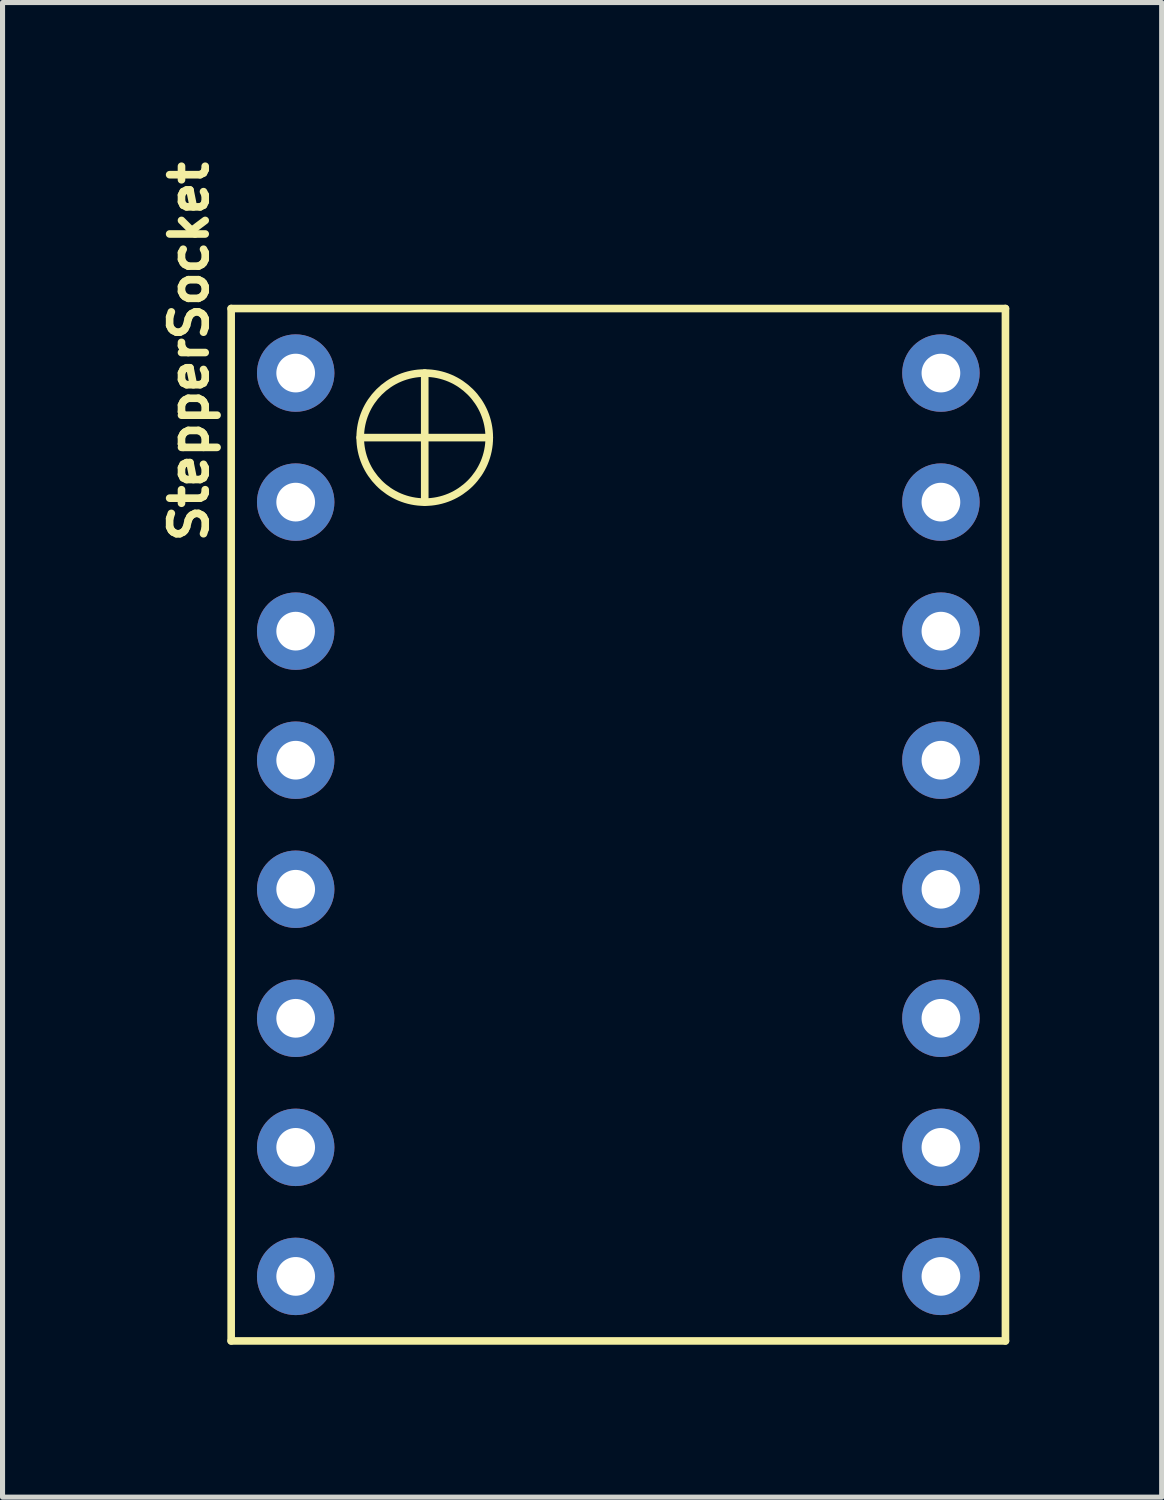
<source format=kicad_pcb>
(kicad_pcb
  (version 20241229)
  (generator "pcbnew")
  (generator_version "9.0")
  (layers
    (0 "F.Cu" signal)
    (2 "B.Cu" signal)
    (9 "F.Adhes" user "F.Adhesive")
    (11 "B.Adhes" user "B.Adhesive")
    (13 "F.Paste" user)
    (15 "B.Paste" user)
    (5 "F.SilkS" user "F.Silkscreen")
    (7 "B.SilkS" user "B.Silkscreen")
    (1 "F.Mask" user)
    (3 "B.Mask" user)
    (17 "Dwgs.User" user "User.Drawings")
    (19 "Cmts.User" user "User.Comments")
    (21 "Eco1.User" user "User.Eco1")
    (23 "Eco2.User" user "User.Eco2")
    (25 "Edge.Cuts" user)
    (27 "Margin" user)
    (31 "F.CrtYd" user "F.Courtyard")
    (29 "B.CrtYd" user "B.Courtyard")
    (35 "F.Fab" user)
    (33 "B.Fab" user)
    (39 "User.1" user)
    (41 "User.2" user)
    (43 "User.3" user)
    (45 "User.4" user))
  (footprint "StepperSocket"
    (layer "F.Cu")
    (at 2.77 4.293)
    (property "Reference" "StepperSocket" (at -2.097 -0.421 90) (layer "F.SilkS") (effects (font (size 0.7 0.7) (thickness 0.15))))
    (attr through_hole)
    (fp_line (start -1.27 -1.27) (end -1.27 19.05) (stroke (width 0.15) (type solid)) (layer "F.SilkS"))
    (fp_line (start -1.27 19.05) (end 13.97 19.05) (stroke (width 0.15) (type solid)) (layer "F.SilkS"))
    (fp_line (start 1.27 1.27) (end 3.81 1.27) (stroke (width 0.15) (type solid)) (layer "F.SilkS"))
    (fp_line (start 2.54 0) (end 2.54 2.54) (stroke (width 0.15) (type solid)) (layer "F.SilkS"))
    (fp_line (start 13.97 -1.27) (end -1.27 -1.27) (stroke (width 0.15) (type solid)) (layer "F.SilkS"))
    (fp_line (start 13.97 19.05) (end 13.97 -1.27) (stroke (width 0.15) (type solid)) (layer "F.SilkS"))
    (fp_circle (center 2.54 1.27) (end 3.81 1.27) (stroke (width 0.15) (type solid)) (fill no) (layer "F.SilkS"))
    (pad "1" thru_hole circle (at 0 0) (size 1.524 1.524) (drill 0.762) (layers "*.Cu" "*.Mask"))
    (pad "2" thru_hole circle (at 0 2.54) (size 1.524 1.524) (drill 0.762) (layers "*.Cu" "*.Mask"))
    (pad "3" thru_hole circle (at 0 5.08) (size 1.524 1.524) (drill 0.762) (layers "*.Cu" "*.Mask"))
    (pad "4" thru_hole circle (at 0 7.62) (size 1.524 1.524) (drill 0.762) (layers "*.Cu" "*.Mask"))
    (pad "5" thru_hole circle (at 0 10.16) (size 1.524 1.524) (drill 0.762) (layers "*.Cu" "*.Mask"))
    (pad "6" thru_hole circle (at 0 12.7) (size 1.524 1.524) (drill 0.762) (layers "*.Cu" "*.Mask"))
    (pad "7" thru_hole circle (at 0 15.24) (size 1.524 1.524) (drill 0.762) (layers "*.Cu" "*.Mask"))
    (pad "8" thru_hole circle (at 0 17.78) (size 1.524 1.524) (drill 0.762) (layers "*.Cu" "*.Mask"))
    (pad "9" thru_hole circle (at 12.7 0) (size 1.524 1.524) (drill 0.762) (layers "*.Cu" "*.Mask"))
    (pad "10" thru_hole circle (at 12.7 2.54) (size 1.524 1.524) (drill 0.762) (layers "*.Cu" "*.Mask"))
    (pad "11" thru_hole circle (at 12.7 5.08) (size 1.524 1.524) (drill 0.762) (layers "*.Cu" "*.Mask"))
    (pad "12" thru_hole circle (at 12.7 7.62) (size 1.524 1.524) (drill 0.762) (layers "*.Cu" "*.Mask"))
    (pad "13" thru_hole circle (at 12.7 10.16) (size 1.524 1.524) (drill 0.762) (layers "*.Cu" "*.Mask"))
    (pad "14" thru_hole circle (at 12.7 12.7) (size 1.524 1.524) (drill 0.762) (layers "*.Cu" "*.Mask"))
    (pad "15" thru_hole circle (at 12.7 15.24) (size 1.524 1.524) (drill 0.762) (layers "*.Cu" "*.Mask"))
    (pad "16" thru_hole circle (at 12.7 17.78) (size 1.524 1.524) (drill 0.762) (layers "*.Cu" "*.Mask")))
  (gr_rect
    (start -3 -3)
    (end 19.815 26.418)
    (stroke (width 0.1) (type default))
    (fill no)
    (layer "Edge.Cuts")))
</source>
